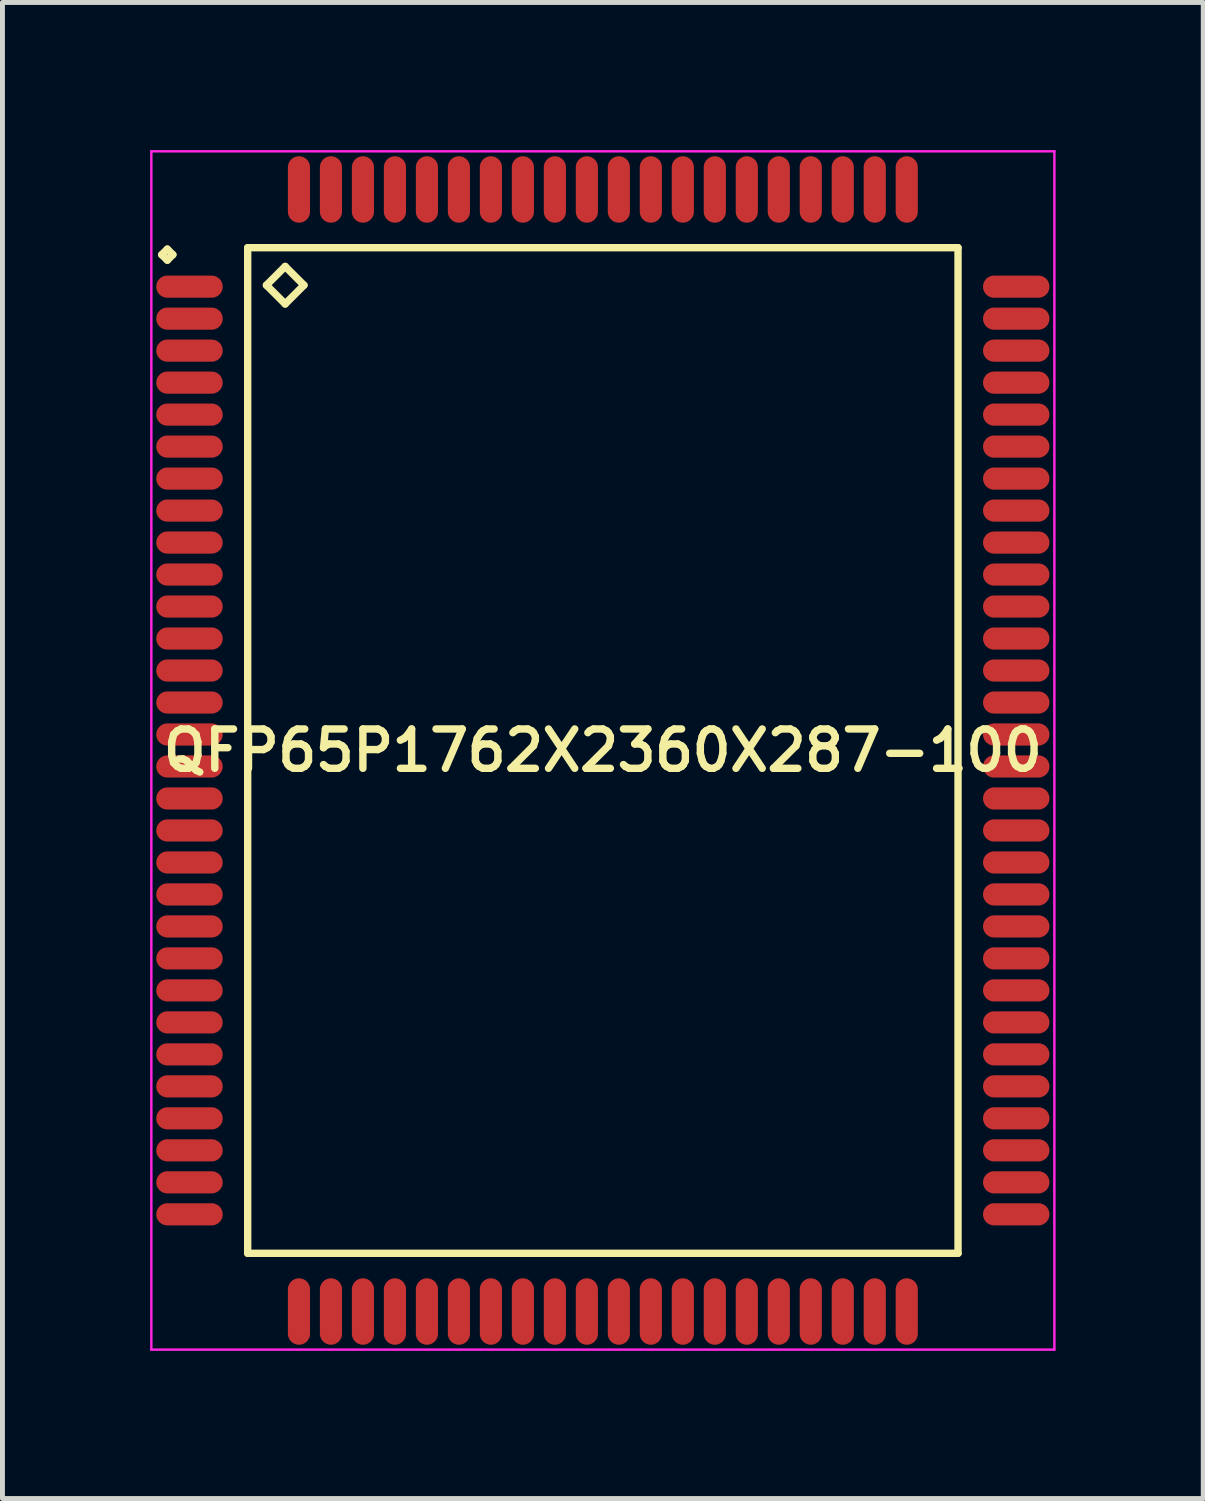
<source format=kicad_pcb>
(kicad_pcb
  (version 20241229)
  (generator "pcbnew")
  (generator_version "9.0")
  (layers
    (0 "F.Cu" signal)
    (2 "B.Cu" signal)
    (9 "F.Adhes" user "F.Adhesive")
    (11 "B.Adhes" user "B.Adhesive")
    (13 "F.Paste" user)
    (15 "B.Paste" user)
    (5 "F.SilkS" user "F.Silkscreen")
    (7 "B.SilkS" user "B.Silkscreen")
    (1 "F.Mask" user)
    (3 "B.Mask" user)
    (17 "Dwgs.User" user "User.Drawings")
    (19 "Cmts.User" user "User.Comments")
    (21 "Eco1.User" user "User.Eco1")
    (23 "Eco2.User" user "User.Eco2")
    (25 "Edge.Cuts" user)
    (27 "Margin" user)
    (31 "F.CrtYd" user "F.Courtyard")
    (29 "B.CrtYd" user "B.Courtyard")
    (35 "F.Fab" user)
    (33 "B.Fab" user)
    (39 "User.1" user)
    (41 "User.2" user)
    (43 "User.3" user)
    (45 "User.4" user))
  (footprint "QFP65P1762X2360X287-100"
    (layer "F.Cu")
    (at 9.2 12.2)
    (property "Reference" "QFP65P1762X2360X287-100" (at 0 0 0) (layer "F.SilkS") (effects (font (size 0.8 0.8) (thickness 0.15))))
    (attr smd)
    (fp_line (start -8.963 -10.075) (end -8.85 -10.188) (stroke (width 0.15) (type solid)) (layer "F.SilkS"))
    (fp_line (start -8.85 -10.188) (end -8.738 -10.075) (stroke (width 0.15) (type solid)) (layer "F.SilkS"))
    (fp_line (start -8.85 -9.963) (end -8.963 -10.075) (stroke (width 0.15) (type solid)) (layer "F.SilkS"))
    (fp_line (start -8.738 -10.075) (end -8.85 -9.963) (stroke (width 0.15) (type solid)) (layer "F.SilkS"))
    (fp_line (start -7.217 -10.217) (end -7.217 10.217) (stroke (width 0.15) (type solid)) (layer "F.SilkS"))
    (fp_line (start -7.217 10.217) (end 7.217 10.217) (stroke (width 0.15) (type solid)) (layer "F.SilkS"))
    (fp_line (start -6.836 -9.455) (end -6.455 -9.836) (stroke (width 0.15) (type solid)) (layer "F.SilkS"))
    (fp_line (start -6.455 -9.836) (end -6.074 -9.455) (stroke (width 0.15) (type solid)) (layer "F.SilkS"))
    (fp_line (start -6.455 -9.074) (end -6.836 -9.455) (stroke (width 0.15) (type solid)) (layer "F.SilkS"))
    (fp_line (start -6.074 -9.455) (end -6.455 -9.074) (stroke (width 0.15) (type solid)) (layer "F.SilkS"))
    (fp_line (start 7.217 -10.217) (end -7.217 -10.217) (stroke (width 0.15) (type solid)) (layer "F.SilkS"))
    (fp_line (start 7.217 10.217) (end 7.217 -10.217) (stroke (width 0.15) (type solid)) (layer "F.SilkS"))
    (fp_line (start -9.175 -12.175) (end 9.175 -12.175) (stroke (width 0.05) (type solid)) (layer "F.CrtYd"))
    (fp_line (start -9.175 12.175) (end -9.175 -12.175) (stroke (width 0.05) (type solid)) (layer "F.CrtYd"))
    (fp_line (start 9.175 -12.175) (end 9.175 12.175) (stroke (width 0.05) (type solid)) (layer "F.CrtYd"))
    (fp_line (start 9.175 12.175) (end -9.175 12.175) (stroke (width 0.05) (type solid)) (layer "F.CrtYd"))
    (pad "1" smd oval (at -8.4 -9.425) (size 1.35 0.45) (layers "F.Cu" "F.Mask" "F.Paste"))
    (pad "2" smd oval (at -8.4 -8.775) (size 1.35 0.45) (layers "F.Cu" "F.Mask" "F.Paste"))
    (pad "3" smd oval (at -8.4 -8.125) (size 1.35 0.45) (layers "F.Cu" "F.Mask" "F.Paste"))
    (pad "4" smd oval (at -8.4 -7.475) (size 1.35 0.45) (layers "F.Cu" "F.Mask" "F.Paste"))
    (pad "5" smd oval (at -8.4 -6.825) (size 1.35 0.45) (layers "F.Cu" "F.Mask" "F.Paste"))
    (pad "6" smd oval (at -8.4 -6.175) (size 1.35 0.45) (layers "F.Cu" "F.Mask" "F.Paste"))
    (pad "7" smd oval (at -8.4 -5.525) (size 1.35 0.45) (layers "F.Cu" "F.Mask" "F.Paste"))
    (pad "8" smd oval (at -8.4 -4.875) (size 1.35 0.45) (layers "F.Cu" "F.Mask" "F.Paste"))
    (pad "9" smd oval (at -8.4 -4.225) (size 1.35 0.45) (layers "F.Cu" "F.Mask" "F.Paste"))
    (pad "10" smd oval (at -8.4 -3.575) (size 1.35 0.45) (layers "F.Cu" "F.Mask" "F.Paste"))
    (pad "11" smd oval (at -8.4 -2.925) (size 1.35 0.45) (layers "F.Cu" "F.Mask" "F.Paste"))
    (pad "12" smd oval (at -8.4 -2.275) (size 1.35 0.45) (layers "F.Cu" "F.Mask" "F.Paste"))
    (pad "13" smd oval (at -8.4 -1.625) (size 1.35 0.45) (layers "F.Cu" "F.Mask" "F.Paste"))
    (pad "14" smd oval (at -8.4 -0.975) (size 1.35 0.45) (layers "F.Cu" "F.Mask" "F.Paste"))
    (pad "15" smd oval (at -8.4 -0.325) (size 1.35 0.45) (layers "F.Cu" "F.Mask" "F.Paste"))
    (pad "16" smd oval (at -8.4 0.325) (size 1.35 0.45) (layers "F.Cu" "F.Mask" "F.Paste"))
    (pad "17" smd oval (at -8.4 0.975) (size 1.35 0.45) (layers "F.Cu" "F.Mask" "F.Paste"))
    (pad "18" smd oval (at -8.4 1.625) (size 1.35 0.45) (layers "F.Cu" "F.Mask" "F.Paste"))
    (pad "19" smd oval (at -8.4 2.275) (size 1.35 0.45) (layers "F.Cu" "F.Mask" "F.Paste"))
    (pad "20" smd oval (at -8.4 2.925) (size 1.35 0.45) (layers "F.Cu" "F.Mask" "F.Paste"))
    (pad "21" smd oval (at -8.4 3.575) (size 1.35 0.45) (layers "F.Cu" "F.Mask" "F.Paste"))
    (pad "22" smd oval (at -8.4 4.225) (size 1.35 0.45) (layers "F.Cu" "F.Mask" "F.Paste"))
    (pad "23" smd oval (at -8.4 4.875) (size 1.35 0.45) (layers "F.Cu" "F.Mask" "F.Paste"))
    (pad "24" smd oval (at -8.4 5.525) (size 1.35 0.45) (layers "F.Cu" "F.Mask" "F.Paste"))
    (pad "25" smd oval (at -8.4 6.175) (size 1.35 0.45) (layers "F.Cu" "F.Mask" "F.Paste"))
    (pad "26" smd oval (at -8.4 6.825) (size 1.35 0.45) (layers "F.Cu" "F.Mask" "F.Paste"))
    (pad "27" smd oval (at -8.4 7.475) (size 1.35 0.45) (layers "F.Cu" "F.Mask" "F.Paste"))
    (pad "28" smd oval (at -8.4 8.125) (size 1.35 0.45) (layers "F.Cu" "F.Mask" "F.Paste"))
    (pad "29" smd oval (at -8.4 8.775) (size 1.35 0.45) (layers "F.Cu" "F.Mask" "F.Paste"))
    (pad "30" smd oval (at -8.4 9.425) (size 1.35 0.45) (layers "F.Cu" "F.Mask" "F.Paste"))
    (pad "31" smd oval (at -6.175 11.4) (size 0.45 1.35) (layers "F.Cu" "F.Mask" "F.Paste"))
    (pad "32" smd oval (at -5.525 11.4) (size 0.45 1.35) (layers "F.Cu" "F.Mask" "F.Paste"))
    (pad "33" smd oval (at -4.875 11.4) (size 0.45 1.35) (layers "F.Cu" "F.Mask" "F.Paste"))
    (pad "34" smd oval (at -4.225 11.4) (size 0.45 1.35) (layers "F.Cu" "F.Mask" "F.Paste"))
    (pad "35" smd oval (at -3.575 11.4) (size 0.45 1.35) (layers "F.Cu" "F.Mask" "F.Paste"))
    (pad "36" smd oval (at -2.925 11.4) (size 0.45 1.35) (layers "F.Cu" "F.Mask" "F.Paste"))
    (pad "37" smd oval (at -2.275 11.4) (size 0.45 1.35) (layers "F.Cu" "F.Mask" "F.Paste"))
    (pad "38" smd oval (at -1.625 11.4) (size 0.45 1.35) (layers "F.Cu" "F.Mask" "F.Paste"))
    (pad "39" smd oval (at -0.975 11.4) (size 0.45 1.35) (layers "F.Cu" "F.Mask" "F.Paste"))
    (pad "40" smd oval (at -0.325 11.4) (size 0.45 1.35) (layers "F.Cu" "F.Mask" "F.Paste"))
    (pad "41" smd oval (at 0.325 11.4) (size 0.45 1.35) (layers "F.Cu" "F.Mask" "F.Paste"))
    (pad "42" smd oval (at 0.975 11.4) (size 0.45 1.35) (layers "F.Cu" "F.Mask" "F.Paste"))
    (pad "43" smd oval (at 1.625 11.4) (size 0.45 1.35) (layers "F.Cu" "F.Mask" "F.Paste"))
    (pad "44" smd oval (at 2.275 11.4) (size 0.45 1.35) (layers "F.Cu" "F.Mask" "F.Paste"))
    (pad "45" smd oval (at 2.925 11.4) (size 0.45 1.35) (layers "F.Cu" "F.Mask" "F.Paste"))
    (pad "46" smd oval (at 3.575 11.4) (size 0.45 1.35) (layers "F.Cu" "F.Mask" "F.Paste"))
    (pad "47" smd oval (at 4.225 11.4) (size 0.45 1.35) (layers "F.Cu" "F.Mask" "F.Paste"))
    (pad "48" smd oval (at 4.875 11.4) (size 0.45 1.35) (layers "F.Cu" "F.Mask" "F.Paste"))
    (pad "49" smd oval (at 5.525 11.4) (size 0.45 1.35) (layers "F.Cu" "F.Mask" "F.Paste"))
    (pad "50" smd oval (at 6.175 11.4) (size 0.45 1.35) (layers "F.Cu" "F.Mask" "F.Paste"))
    (pad "51" smd oval (at 8.4 9.425) (size 1.35 0.45) (layers "F.Cu" "F.Mask" "F.Paste"))
    (pad "52" smd oval (at 8.4 8.775) (size 1.35 0.45) (layers "F.Cu" "F.Mask" "F.Paste"))
    (pad "53" smd oval (at 8.4 8.125) (size 1.35 0.45) (layers "F.Cu" "F.Mask" "F.Paste"))
    (pad "54" smd oval (at 8.4 7.475) (size 1.35 0.45) (layers "F.Cu" "F.Mask" "F.Paste"))
    (pad "55" smd oval (at 8.4 6.825) (size 1.35 0.45) (layers "F.Cu" "F.Mask" "F.Paste"))
    (pad "56" smd oval (at 8.4 6.175) (size 1.35 0.45) (layers "F.Cu" "F.Mask" "F.Paste"))
    (pad "57" smd oval (at 8.4 5.525) (size 1.35 0.45) (layers "F.Cu" "F.Mask" "F.Paste"))
    (pad "58" smd oval (at 8.4 4.875) (size 1.35 0.45) (layers "F.Cu" "F.Mask" "F.Paste"))
    (pad "59" smd oval (at 8.4 4.225) (size 1.35 0.45) (layers "F.Cu" "F.Mask" "F.Paste"))
    (pad "60" smd oval (at 8.4 3.575) (size 1.35 0.45) (layers "F.Cu" "F.Mask" "F.Paste"))
    (pad "61" smd oval (at 8.4 2.925) (size 1.35 0.45) (layers "F.Cu" "F.Mask" "F.Paste"))
    (pad "62" smd oval (at 8.4 2.275) (size 1.35 0.45) (layers "F.Cu" "F.Mask" "F.Paste"))
    (pad "63" smd oval (at 8.4 1.625) (size 1.35 0.45) (layers "F.Cu" "F.Mask" "F.Paste"))
    (pad "64" smd oval (at 8.4 0.975) (size 1.35 0.45) (layers "F.Cu" "F.Mask" "F.Paste"))
    (pad "65" smd oval (at 8.4 0.325) (size 1.35 0.45) (layers "F.Cu" "F.Mask" "F.Paste"))
    (pad "66" smd oval (at 8.4 -0.325) (size 1.35 0.45) (layers "F.Cu" "F.Mask" "F.Paste"))
    (pad "67" smd oval (at 8.4 -0.975) (size 1.35 0.45) (layers "F.Cu" "F.Mask" "F.Paste"))
    (pad "68" smd oval (at 8.4 -1.625) (size 1.35 0.45) (layers "F.Cu" "F.Mask" "F.Paste"))
    (pad "69" smd oval (at 8.4 -2.275) (size 1.35 0.45) (layers "F.Cu" "F.Mask" "F.Paste"))
    (pad "70" smd oval (at 8.4 -2.925) (size 1.35 0.45) (layers "F.Cu" "F.Mask" "F.Paste"))
    (pad "71" smd oval (at 8.4 -3.575) (size 1.35 0.45) (layers "F.Cu" "F.Mask" "F.Paste"))
    (pad "72" smd oval (at 8.4 -4.225) (size 1.35 0.45) (layers "F.Cu" "F.Mask" "F.Paste"))
    (pad "73" smd oval (at 8.4 -4.875) (size 1.35 0.45) (layers "F.Cu" "F.Mask" "F.Paste"))
    (pad "74" smd oval (at 8.4 -5.525) (size 1.35 0.45) (layers "F.Cu" "F.Mask" "F.Paste"))
    (pad "75" smd oval (at 8.4 -6.175) (size 1.35 0.45) (layers "F.Cu" "F.Mask" "F.Paste"))
    (pad "76" smd oval (at 8.4 -6.825) (size 1.35 0.45) (layers "F.Cu" "F.Mask" "F.Paste"))
    (pad "77" smd oval (at 8.4 -7.475) (size 1.35 0.45) (layers "F.Cu" "F.Mask" "F.Paste"))
    (pad "78" smd oval (at 8.4 -8.125) (size 1.35 0.45) (layers "F.Cu" "F.Mask" "F.Paste"))
    (pad "79" smd oval (at 8.4 -8.775) (size 1.35 0.45) (layers "F.Cu" "F.Mask" "F.Paste"))
    (pad "80" smd oval (at 8.4 -9.425) (size 1.35 0.45) (layers "F.Cu" "F.Mask" "F.Paste"))
    (pad "81" smd oval (at 6.175 -11.4) (size 0.45 1.35) (layers "F.Cu" "F.Mask" "F.Paste"))
    (pad "82" smd oval (at 5.525 -11.4) (size 0.45 1.35) (layers "F.Cu" "F.Mask" "F.Paste"))
    (pad "83" smd oval (at 4.875 -11.4) (size 0.45 1.35) (layers "F.Cu" "F.Mask" "F.Paste"))
    (pad "84" smd oval (at 4.225 -11.4) (size 0.45 1.35) (layers "F.Cu" "F.Mask" "F.Paste"))
    (pad "85" smd oval (at 3.575 -11.4) (size 0.45 1.35) (layers "F.Cu" "F.Mask" "F.Paste"))
    (pad "86" smd oval (at 2.925 -11.4) (size 0.45 1.35) (layers "F.Cu" "F.Mask" "F.Paste"))
    (pad "87" smd oval (at 2.275 -11.4) (size 0.45 1.35) (layers "F.Cu" "F.Mask" "F.Paste"))
    (pad "88" smd oval (at 1.625 -11.4) (size 0.45 1.35) (layers "F.Cu" "F.Mask" "F.Paste"))
    (pad "89" smd oval (at 0.975 -11.4) (size 0.45 1.35) (layers "F.Cu" "F.Mask" "F.Paste"))
    (pad "90" smd oval (at 0.325 -11.4) (size 0.45 1.35) (layers "F.Cu" "F.Mask" "F.Paste"))
    (pad "91" smd oval (at -0.325 -11.4) (size 0.45 1.35) (layers "F.Cu" "F.Mask" "F.Paste"))
    (pad "92" smd oval (at -0.975 -11.4) (size 0.45 1.35) (layers "F.Cu" "F.Mask" "F.Paste"))
    (pad "93" smd oval (at -1.625 -11.4) (size 0.45 1.35) (layers "F.Cu" "F.Mask" "F.Paste"))
    (pad "94" smd oval (at -2.275 -11.4) (size 0.45 1.35) (layers "F.Cu" "F.Mask" "F.Paste"))
    (pad "95" smd oval (at -2.925 -11.4) (size 0.45 1.35) (layers "F.Cu" "F.Mask" "F.Paste"))
    (pad "96" smd oval (at -3.575 -11.4) (size 0.45 1.35) (layers "F.Cu" "F.Mask" "F.Paste"))
    (pad "97" smd oval (at -4.225 -11.4) (size 0.45 1.35) (layers "F.Cu" "F.Mask" "F.Paste"))
    (pad "98" smd oval (at -4.875 -11.4) (size 0.45 1.35) (layers "F.Cu" "F.Mask" "F.Paste"))
    (pad "99" smd oval (at -5.525 -11.4) (size 0.45 1.35) (layers "F.Cu" "F.Mask" "F.Paste"))
    (pad "100" smd oval (at -6.175 -11.4) (size 0.45 1.35) (layers "F.Cu" "F.Mask" "F.Paste")))
  (gr_rect
    (start -3 -3)
    (end 21.4 27.4)
    (stroke (width 0.1) (type default))
    (fill no)
    (layer "Edge.Cuts")))
</source>
